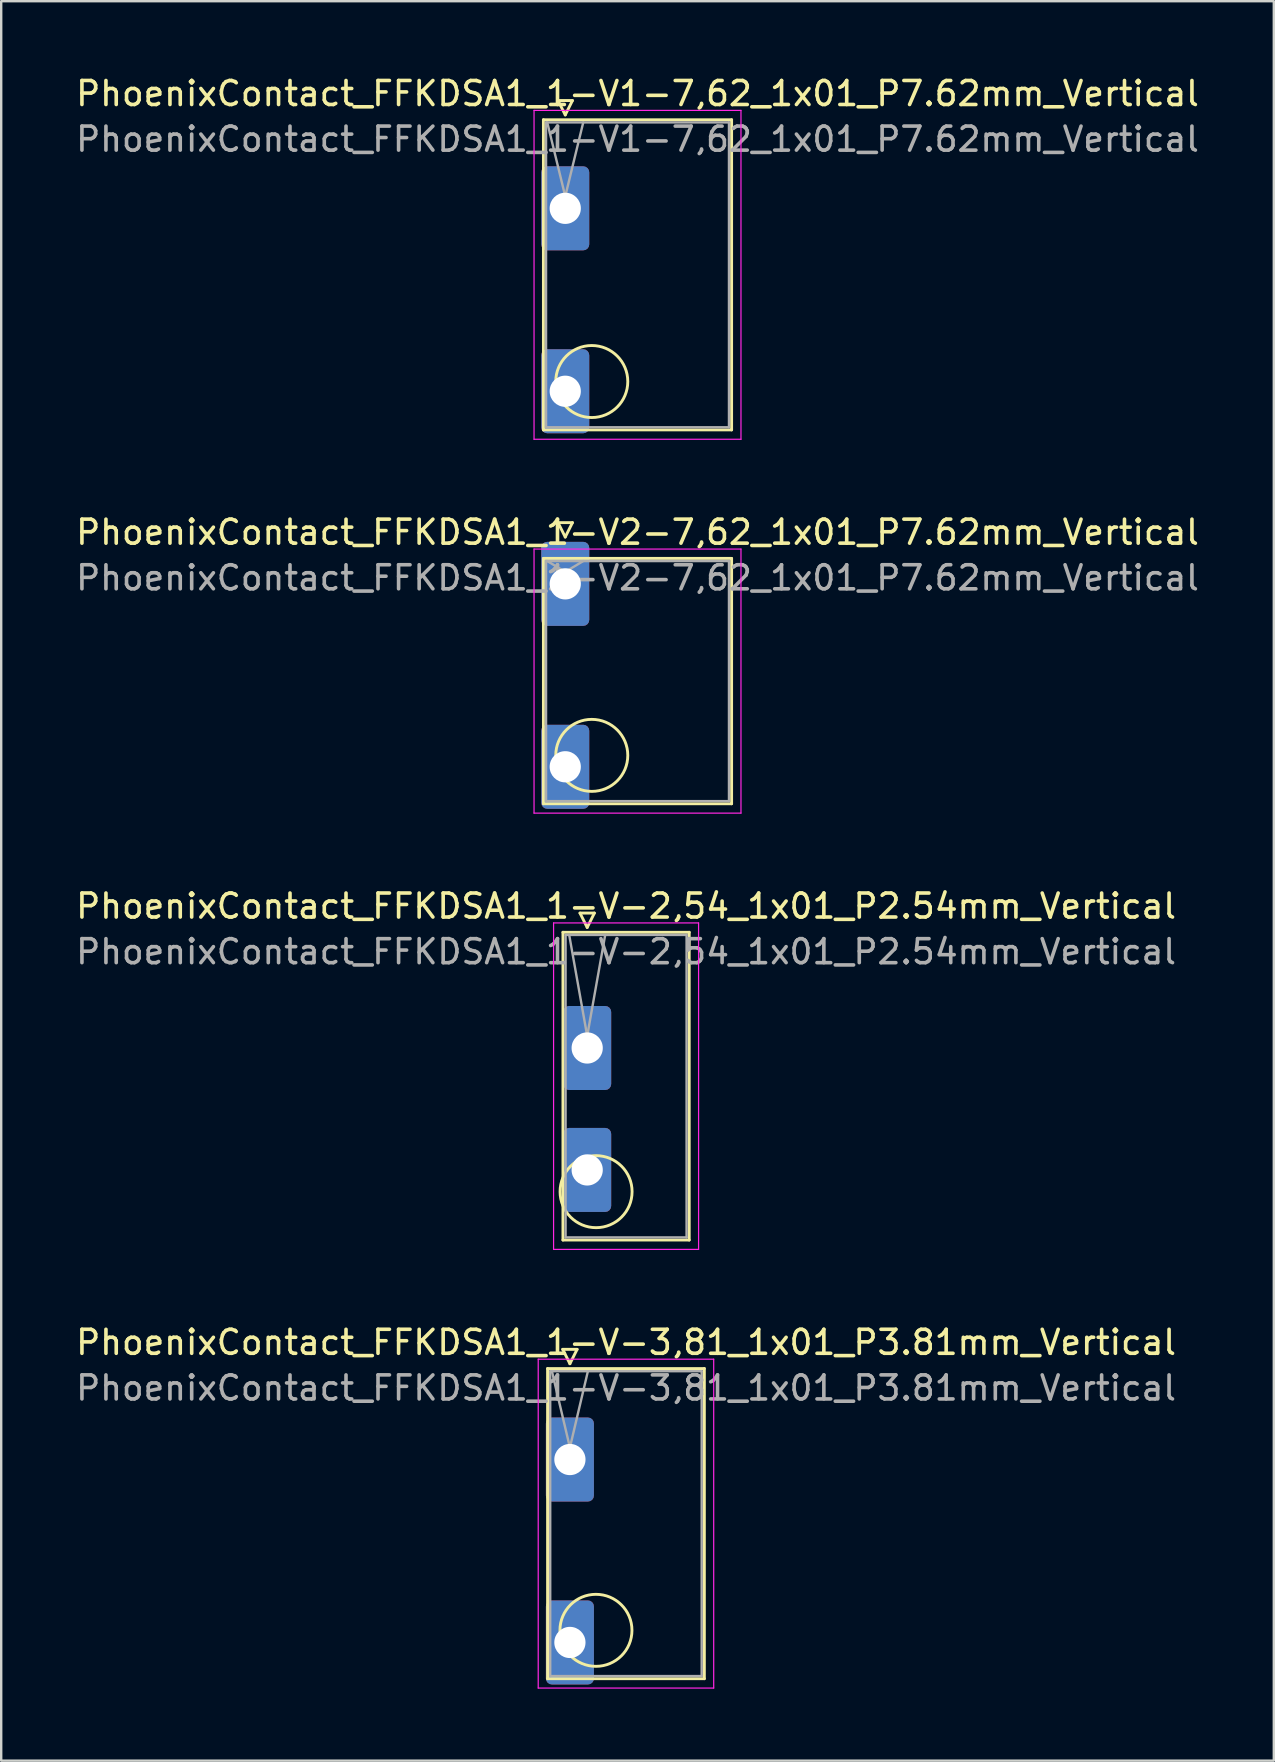
<source format=kicad_pcb>
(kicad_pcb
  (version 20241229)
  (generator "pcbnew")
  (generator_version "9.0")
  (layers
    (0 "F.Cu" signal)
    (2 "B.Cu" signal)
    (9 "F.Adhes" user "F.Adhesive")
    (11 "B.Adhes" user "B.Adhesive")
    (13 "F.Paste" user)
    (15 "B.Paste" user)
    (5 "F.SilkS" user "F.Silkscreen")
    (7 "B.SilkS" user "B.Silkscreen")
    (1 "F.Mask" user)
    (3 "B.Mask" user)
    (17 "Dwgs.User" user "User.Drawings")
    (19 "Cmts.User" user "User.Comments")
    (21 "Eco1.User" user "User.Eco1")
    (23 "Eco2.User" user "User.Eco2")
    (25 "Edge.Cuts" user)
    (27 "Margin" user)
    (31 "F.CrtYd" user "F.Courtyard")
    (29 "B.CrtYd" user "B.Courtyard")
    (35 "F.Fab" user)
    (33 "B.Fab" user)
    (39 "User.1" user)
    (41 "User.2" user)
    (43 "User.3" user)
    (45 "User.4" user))
  (footprint "PhoenixContact_FFKDSA1_1-V2-7,62_1x01_P7.62mm_Vertical"
    (layer "F.Cu")
    (at 20.496 21.271)
    (property "Reference" "PhoenixContact_FFKDSA1_1-V2-7,62_1x01_P7.62mm_Vertical" (at 3.01 -2.15 0) (layer "F.SilkS") (effects (font (size 1 1) (thickness 0.15))))
    (attr through_hole)
    (fp_line (start -0.91 -1.06) (end -0.91 9.16) (stroke (width 0.12) (type solid)) (layer "F.SilkS"))
    (fp_line (start -0.91 9.16) (end 6.93 9.16) (stroke (width 0.12) (type solid)) (layer "F.SilkS"))
    (fp_line (start -0.3 -2.55) (end 0.3 -2.55) (stroke (width 0.12) (type solid)) (layer "F.SilkS"))
    (fp_line (start 0 -1.95) (end -0.3 -2.55) (stroke (width 0.12) (type solid)) (layer "F.SilkS"))
    (fp_line (start 0.3 -2.55) (end 0 -1.95) (stroke (width 0.12) (type solid)) (layer "F.SilkS"))
    (fp_line (start 6.93 -1.06) (end -0.91 -1.06) (stroke (width 0.12) (type solid)) (layer "F.SilkS"))
    (fp_line (start 6.93 9.16) (end 6.93 -1.06) (stroke (width 0.12) (type solid)) (layer "F.SilkS"))
    (fp_circle (center 1.105 7.145) (end 2.605 7.145) (stroke (width 0.12) (type solid)) (fill no) (layer "F.SilkS"))
    (fp_line (start -1.3 -1.45) (end -1.3 9.55) (stroke (width 0.05) (type solid)) (layer "F.CrtYd"))
    (fp_line (start -1.3 9.55) (end 7.32 9.55) (stroke (width 0.05) (type solid)) (layer "F.CrtYd"))
    (fp_line (start 7.32 -1.45) (end -1.3 -1.45) (stroke (width 0.05) (type solid)) (layer "F.CrtYd"))
    (fp_line (start 7.32 9.55) (end 7.32 -1.45) (stroke (width 0.05) (type solid)) (layer "F.CrtYd"))
    (fp_line (start -0.8 -0.95) (end -0.8 9.05) (stroke (width 0.1) (type solid)) (layer "F.Fab"))
    (fp_line (start -0.8 9.05) (end 6.82 9.05) (stroke (width 0.1) (type solid)) (layer "F.Fab"))
    (fp_line (start 0 -0.5) (end -0.75 -0.95) (stroke (width 0.1) (type solid)) (layer "F.Fab"))
    (fp_line (start 0.75 -0.95) (end 0 -0.5) (stroke (width 0.1) (type solid)) (layer "F.Fab"))
    (fp_line (start 6.82 -0.95) (end -0.8 -0.95) (stroke (width 0.1) (type solid)) (layer "F.Fab"))
    (fp_line (start 6.82 9.05) (end 6.82 -0.95) (stroke (width 0.1) (type solid)) (layer "F.Fab"))
    (fp_text user "${REFERENCE}" (at 3.01 -0.25 0) (layer "F.Fab") (effects (font (size 1 1) (thickness 0.15))))
    (pad "1" thru_hole roundrect (at 0 0) (size 2 3.5) (drill 1.3) (layers "*.Cu" "*.Mask") (roundrect_rratio 0.125))
    (pad "1" thru_hole roundrect (at 0 7.62) (size 2 3.5) (drill 1.3) (layers "*.Cu" "*.Mask") (roundrect_rratio 0.125)))
  (footprint "PhoenixContact_FFKDSA1_1-V1-7,62_1x01_P7.62mm_Vertical"
    (layer "F.Cu")
    (at 20.496 5.628)
    (property "Reference" "PhoenixContact_FFKDSA1_1-V1-7,62_1x01_P7.62mm_Vertical" (at 3.01 -4.78 0) (layer "F.SilkS") (effects (font (size 1 1) (thickness 0.15))))
    (attr through_hole)
    (fp_line (start -0.91 -3.69) (end -0.91 9.23) (stroke (width 0.12) (type solid)) (layer "F.SilkS"))
    (fp_line (start -0.91 9.23) (end 6.93 9.23) (stroke (width 0.12) (type solid)) (layer "F.SilkS"))
    (fp_line (start -0.3 -4.49) (end 0.3 -4.49) (stroke (width 0.12) (type solid)) (layer "F.SilkS"))
    (fp_line (start 0 -3.89) (end -0.3 -4.49) (stroke (width 0.12) (type solid)) (layer "F.SilkS"))
    (fp_line (start 0.3 -4.49) (end 0 -3.89) (stroke (width 0.12) (type solid)) (layer "F.SilkS"))
    (fp_line (start 6.93 -3.69) (end -0.91 -3.69) (stroke (width 0.12) (type solid)) (layer "F.SilkS"))
    (fp_line (start 6.93 9.23) (end 6.93 -3.69) (stroke (width 0.12) (type solid)) (layer "F.SilkS"))
    (fp_circle (center 1.105 7.215) (end 2.605 7.215) (stroke (width 0.12) (type solid)) (fill no) (layer "F.SilkS"))
    (fp_line (start -1.3 -4.08) (end -1.3 9.62) (stroke (width 0.05) (type solid)) (layer "F.CrtYd"))
    (fp_line (start -1.3 9.62) (end 7.32 9.62) (stroke (width 0.05) (type solid)) (layer "F.CrtYd"))
    (fp_line (start 7.32 -4.08) (end -1.3 -4.08) (stroke (width 0.05) (type solid)) (layer "F.CrtYd"))
    (fp_line (start 7.32 9.62) (end 7.32 -4.08) (stroke (width 0.05) (type solid)) (layer "F.CrtYd"))
    (fp_line (start -0.8 -3.58) (end -0.8 9.12) (stroke (width 0.1) (type solid)) (layer "F.Fab"))
    (fp_line (start -0.8 9.12) (end 6.82 9.12) (stroke (width 0.1) (type solid)) (layer "F.Fab"))
    (fp_line (start 0 -0.5) (end -0.75 -3.58) (stroke (width 0.1) (type solid)) (layer "F.Fab"))
    (fp_line (start 0.75 -3.58) (end 0 -0.5) (stroke (width 0.1) (type solid)) (layer "F.Fab"))
    (fp_line (start 6.82 -3.58) (end -0.8 -3.58) (stroke (width 0.1) (type solid)) (layer "F.Fab"))
    (fp_line (start 6.82 9.12) (end 6.82 -3.58) (stroke (width 0.1) (type solid)) (layer "F.Fab"))
    (fp_text user "${REFERENCE}" (at 3.01 -2.88 0) (layer "F.Fab") (effects (font (size 1 1) (thickness 0.15))))
    (pad "1" thru_hole roundrect (at 0 0) (size 2 3.5) (drill 1.3) (layers "*.Cu" "*.Mask") (roundrect_rratio 0.125))
    (pad "1" thru_hole roundrect (at 0 7.62) (size 2 3.5) (drill 1.3) (layers "*.Cu" "*.Mask") (roundrect_rratio 0.125)))
  (footprint "PhoenixContact_FFKDSA1_1-V-2,54_1x01_P2.54mm_Vertical"
    (layer "F.Cu")
    (at 21.41 40.605)
    (property "Reference" "PhoenixContact_FFKDSA1_1-V-2,54_1x01_P2.54mm_Vertical" (at 1.62 -5.91 0) (layer "F.SilkS") (effects (font (size 1 1) (thickness 0.15))))
    (attr through_hole)
    (fp_line (start -1.01 -4.82) (end -1.01 8) (stroke (width 0.12) (type solid)) (layer "F.SilkS"))
    (fp_line (start -1.01 8) (end 4.25 8) (stroke (width 0.12) (type solid)) (layer "F.SilkS"))
    (fp_line (start -0.3 -5.62) (end 0.3 -5.62) (stroke (width 0.12) (type solid)) (layer "F.SilkS"))
    (fp_line (start 0 -5.02) (end -0.3 -5.62) (stroke (width 0.12) (type solid)) (layer "F.SilkS"))
    (fp_line (start 0.3 -5.62) (end 0 -5.02) (stroke (width 0.12) (type solid)) (layer "F.SilkS"))
    (fp_line (start 4.25 -4.82) (end -1.01 -4.82) (stroke (width 0.12) (type solid)) (layer "F.SilkS"))
    (fp_line (start 4.25 8) (end 4.25 -4.82) (stroke (width 0.12) (type solid)) (layer "F.SilkS"))
    (fp_circle (center 0.37 5.985) (end 1.87 5.985) (stroke (width 0.12) (type solid)) (fill no) (layer "F.SilkS"))
    (fp_line (start -1.4 -5.21) (end -1.4 8.39) (stroke (width 0.05) (type solid)) (layer "F.CrtYd"))
    (fp_line (start -1.4 8.39) (end 4.64 8.39) (stroke (width 0.05) (type solid)) (layer "F.CrtYd"))
    (fp_line (start 4.64 -5.21) (end -1.4 -5.21) (stroke (width 0.05) (type solid)) (layer "F.CrtYd"))
    (fp_line (start 4.64 8.39) (end 4.64 -5.21) (stroke (width 0.05) (type solid)) (layer "F.CrtYd"))
    (fp_line (start -0.9 -4.71) (end -0.9 7.89) (stroke (width 0.1) (type solid)) (layer "F.Fab"))
    (fp_line (start -0.9 7.89) (end 4.14 7.89) (stroke (width 0.1) (type solid)) (layer "F.Fab"))
    (fp_line (start 0 -0.5) (end -0.75 -4.71) (stroke (width 0.1) (type solid)) (layer "F.Fab"))
    (fp_line (start 0.75 -4.71) (end 0 -0.5) (stroke (width 0.1) (type solid)) (layer "F.Fab"))
    (fp_line (start 4.14 -4.71) (end -0.9 -4.71) (stroke (width 0.1) (type solid)) (layer "F.Fab"))
    (fp_line (start 4.14 7.89) (end 4.14 -4.71) (stroke (width 0.1) (type solid)) (layer "F.Fab"))
    (fp_text user "${REFERENCE}" (at 1.62 -4.01 0) (layer "F.Fab") (effects (font (size 1 1) (thickness 0.15))))
    (pad "1" thru_hole roundrect (at 0 0) (size 2 3.5) (drill 1.3) (layers "*.Cu" "*.Mask") (roundrect_rratio 0.125))
    (pad "1" thru_hole roundrect (at 0 5.08) (size 2 3.5) (drill 1.3) (layers "*.Cu" "*.Mask") (roundrect_rratio 0.125)))
  (footprint "PhoenixContact_FFKDSA1_1-V-3,81_1x01_P3.81mm_Vertical"
    (layer "F.Cu")
    (at 20.69 57.748)
    (property "Reference" "PhoenixContact_FFKDSA1_1-V-3,81_1x01_P3.81mm_Vertical" (at 2.34 -4.88 0) (layer "F.SilkS") (effects (font (size 1 1) (thickness 0.15))))
    (attr through_hole)
    (fp_line (start -0.93 -3.79) (end -0.93 9.13) (stroke (width 0.12) (type solid)) (layer "F.SilkS"))
    (fp_line (start -0.93 9.13) (end 5.6 9.13) (stroke (width 0.12) (type solid)) (layer "F.SilkS"))
    (fp_line (start -0.3 -4.59) (end 0.3 -4.59) (stroke (width 0.12) (type solid)) (layer "F.SilkS"))
    (fp_line (start 0 -3.99) (end -0.3 -4.59) (stroke (width 0.12) (type solid)) (layer "F.SilkS"))
    (fp_line (start 0.3 -4.59) (end 0 -3.99) (stroke (width 0.12) (type solid)) (layer "F.SilkS"))
    (fp_line (start 5.6 -3.79) (end -0.93 -3.79) (stroke (width 0.12) (type solid)) (layer "F.SilkS"))
    (fp_line (start 5.6 9.13) (end 5.6 -3.79) (stroke (width 0.12) (type solid)) (layer "F.SilkS"))
    (fp_circle (center 1.085 7.115) (end 2.585 7.115) (stroke (width 0.12) (type solid)) (fill no) (layer "F.SilkS"))
    (fp_line (start -1.32 -4.18) (end -1.32 9.52) (stroke (width 0.05) (type solid)) (layer "F.CrtYd"))
    (fp_line (start -1.32 9.52) (end 5.99 9.52) (stroke (width 0.05) (type solid)) (layer "F.CrtYd"))
    (fp_line (start 5.99 -4.18) (end -1.32 -4.18) (stroke (width 0.05) (type solid)) (layer "F.CrtYd"))
    (fp_line (start 5.99 9.52) (end 5.99 -4.18) (stroke (width 0.05) (type solid)) (layer "F.CrtYd"))
    (fp_line (start -0.82 -3.68) (end -0.82 9.02) (stroke (width 0.1) (type solid)) (layer "F.Fab"))
    (fp_line (start -0.82 9.02) (end 5.49 9.02) (stroke (width 0.1) (type solid)) (layer "F.Fab"))
    (fp_line (start 0 -0.5) (end -0.75 -3.68) (stroke (width 0.1) (type solid)) (layer "F.Fab"))
    (fp_line (start 0.75 -3.68) (end 0 -0.5) (stroke (width 0.1) (type solid)) (layer "F.Fab"))
    (fp_line (start 5.49 -3.68) (end -0.82 -3.68) (stroke (width 0.1) (type solid)) (layer "F.Fab"))
    (fp_line (start 5.49 9.02) (end 5.49 -3.68) (stroke (width 0.1) (type solid)) (layer "F.Fab"))
    (fp_text user "${REFERENCE}" (at 2.34 -2.98 0) (layer "F.Fab") (effects (font (size 1 1) (thickness 0.15))))
    (pad "1" thru_hole roundrect (at 0 0) (size 2 3.5) (drill 1.3) (layers "*.Cu" "*.Mask") (roundrect_rratio 0.125))
    (pad "1" thru_hole roundrect (at 0 7.62) (size 2 3.5) (drill 1.3) (layers "*.Cu" "*.Mask") (roundrect_rratio 0.125)))
  (gr_rect
    (start -3 -3)
    (end 50.012 70.293)
    (stroke (width 0.1) (type default))
    (fill no)
    (layer "Edge.Cuts")))
</source>
